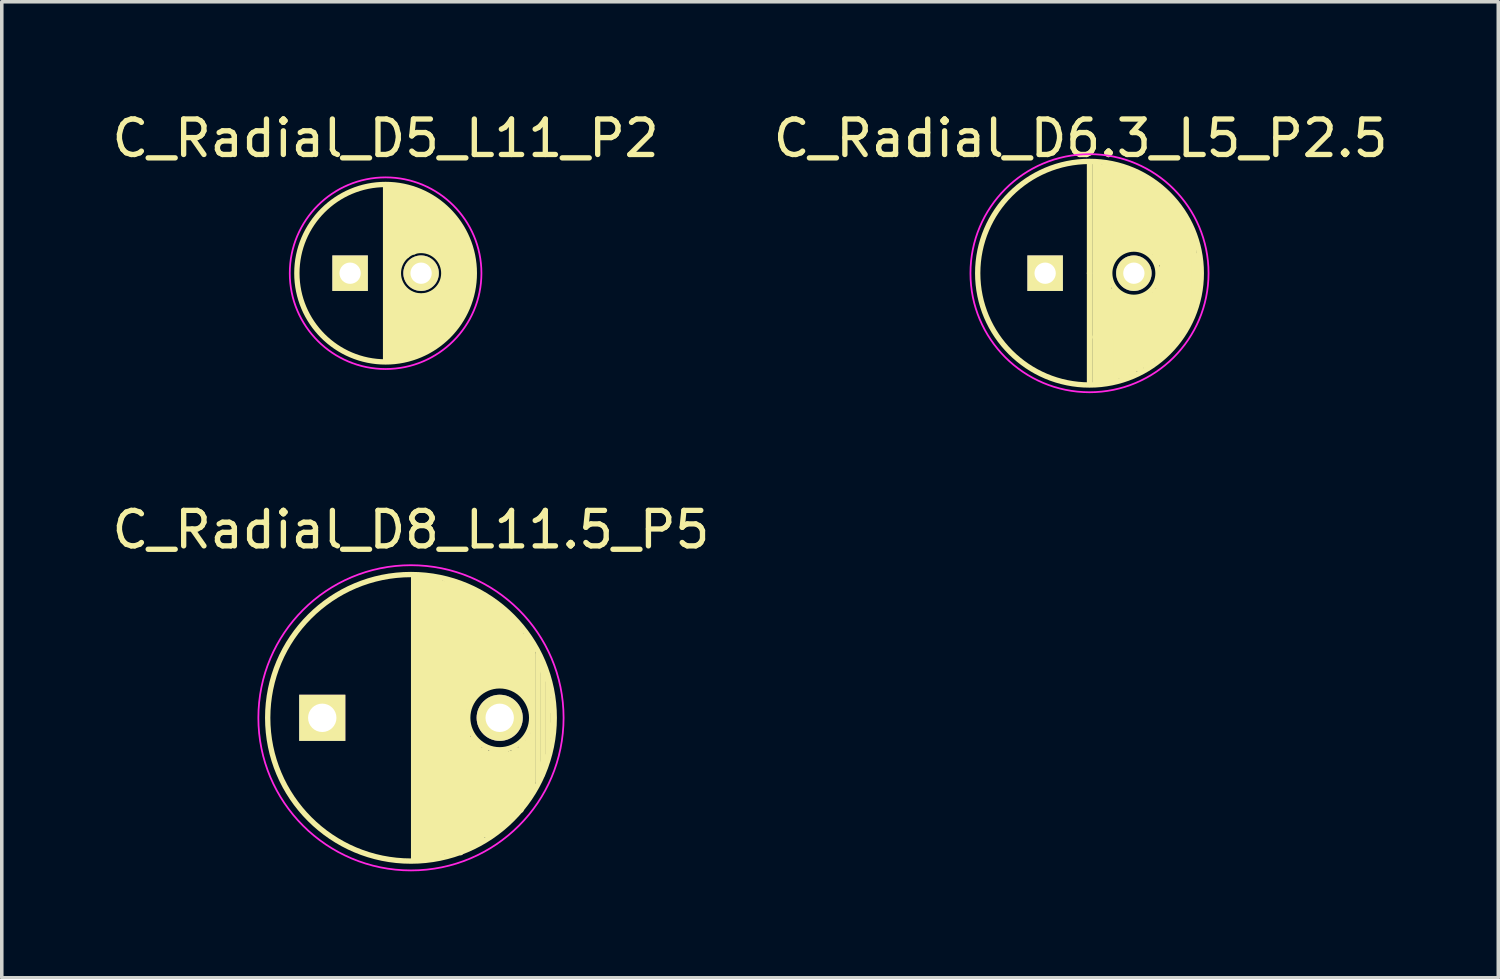
<source format=kicad_pcb>
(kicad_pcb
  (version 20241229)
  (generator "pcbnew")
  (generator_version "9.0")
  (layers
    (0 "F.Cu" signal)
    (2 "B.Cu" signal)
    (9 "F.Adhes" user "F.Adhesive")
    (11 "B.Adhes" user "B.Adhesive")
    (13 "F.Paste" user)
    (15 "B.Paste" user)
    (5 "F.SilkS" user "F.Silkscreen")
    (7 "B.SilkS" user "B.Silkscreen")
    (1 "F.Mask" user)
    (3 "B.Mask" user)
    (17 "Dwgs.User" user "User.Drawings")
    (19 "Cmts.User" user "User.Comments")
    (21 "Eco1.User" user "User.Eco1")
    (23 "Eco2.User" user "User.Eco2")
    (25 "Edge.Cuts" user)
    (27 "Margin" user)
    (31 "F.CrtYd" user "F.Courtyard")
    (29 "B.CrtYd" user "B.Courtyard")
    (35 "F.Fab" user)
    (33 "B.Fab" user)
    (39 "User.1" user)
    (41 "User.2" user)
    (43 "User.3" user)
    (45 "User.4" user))
  (footprint "C_Radial_D5_L11_P2"
    (layer "F.Cu")
    (at 6.815 4.648)
    (property "Reference" "C_Radial_D5_L11_P2" (at 1 -3.8 0) (layer "F.SilkS") (effects (font (size 1 1) (thickness 0.15))))
    (attr through_hole)
    (fp_line (start 1 -2.45) (end 1 2.45) (stroke (width 0.15) (type solid)) (layer "F.SilkS"))
    (fp_line (start 1.1 2.45) (end 1.1 -2.45) (stroke (width 0.15) (type solid)) (layer "F.SilkS"))
    (fp_line (start 1.2 -2.45) (end 1.2 2.45) (stroke (width 0.15) (type solid)) (layer "F.SilkS"))
    (fp_line (start 1.3 2.45) (end 1.3 -2.4) (stroke (width 0.15) (type solid)) (layer "F.SilkS"))
    (fp_line (start 1.35 0.25) (end 1.35 2.45) (stroke (width 0.15) (type solid)) (layer "F.SilkS"))
    (fp_line (start 1.4 -2.4) (end 1.4 -0.35) (stroke (width 0.15) (type solid)) (layer "F.SilkS"))
    (fp_line (start 1.45 2.4) (end 1.45 0.4) (stroke (width 0.15) (type solid)) (layer "F.SilkS"))
    (fp_line (start 1.5 -0.45) (end 1.5 -2.4) (stroke (width 0.15) (type solid)) (layer "F.SilkS"))
    (fp_line (start 1.55 0.5) (end 1.55 2.35) (stroke (width 0.15) (type solid)) (layer "F.SilkS"))
    (fp_line (start 1.6 -2.35) (end 1.6 -0.5) (stroke (width 0.15) (type solid)) (layer "F.SilkS"))
    (fp_line (start 1.65 0.6) (end 1.65 2.35) (stroke (width 0.15) (type solid)) (layer "F.SilkS"))
    (fp_line (start 1.7 -0.6) (end 1.7 -2.35) (stroke (width 0.15) (type solid)) (layer "F.SilkS"))
    (fp_line (start 1.75 0.6) (end 1.75 2.3) (stroke (width 0.15) (type solid)) (layer "F.SilkS"))
    (fp_line (start 1.8 -2.3) (end 1.8 -0.6) (stroke (width 0.15) (type solid)) (layer "F.SilkS"))
    (fp_line (start 1.85 0.65) (end 1.85 2.3) (stroke (width 0.15) (type solid)) (layer "F.SilkS"))
    (fp_line (start 1.9 -0.65) (end 1.9 -2.25) (stroke (width 0.15) (type solid)) (layer "F.SilkS"))
    (fp_line (start 1.95 2.25) (end 1.95 0.65) (stroke (width 0.15) (type solid)) (layer "F.SilkS"))
    (fp_line (start 2 -2.25) (end 2 -0.7) (stroke (width 0.15) (type solid)) (layer "F.SilkS"))
    (fp_line (start 2.05 0.65) (end 2.05 2.2) (stroke (width 0.15) (type solid)) (layer "F.SilkS"))
    (fp_line (start 2.1 -0.65) (end 2.1 -2.15) (stroke (width 0.15) (type solid)) (layer "F.SilkS"))
    (fp_line (start 2.15 2.2) (end 2.15 0.65) (stroke (width 0.15) (type solid)) (layer "F.SilkS"))
    (fp_line (start 2.2 -2.15) (end 2.2 -0.7) (stroke (width 0.15) (type solid)) (layer "F.SilkS"))
    (fp_line (start 2.25 0.6) (end 2.25 2.1) (stroke (width 0.15) (type solid)) (layer "F.SilkS"))
    (fp_line (start 2.3 -0.6) (end 2.3 -2.05) (stroke (width 0.15) (type solid)) (layer "F.SilkS"))
    (fp_line (start 2.3 0.6) (end 2.3 2.1) (stroke (width 0.15) (type solid)) (layer "F.SilkS"))
    (fp_line (start 2.4 -2) (end 2.4 -0.55) (stroke (width 0.15) (type solid)) (layer "F.SilkS"))
    (fp_line (start 2.4 2) (end 2.4 0.55) (stroke (width 0.15) (type solid)) (layer "F.SilkS"))
    (fp_line (start 2.5 -1.95) (end 2.5 -0.5) (stroke (width 0.15) (type solid)) (layer "F.SilkS"))
    (fp_line (start 2.5 0.45) (end 2.5 1.95) (stroke (width 0.15) (type solid)) (layer "F.SilkS"))
    (fp_line (start 2.6 -1.85) (end 2.6 -0.35) (stroke (width 0.15) (type solid)) (layer "F.SilkS"))
    (fp_line (start 2.6 0.35) (end 2.6 1.85) (stroke (width 0.15) (type solid)) (layer "F.SilkS"))
    (fp_line (start 2.7 -1.75) (end 2.7 1.75) (stroke (width 0.15) (type solid)) (layer "F.SilkS"))
    (fp_line (start 2.8 1.7) (end 2.8 -1.7) (stroke (width 0.15) (type solid)) (layer "F.SilkS"))
    (fp_line (start 2.9 -1.55) (end 2.9 1.55) (stroke (width 0.15) (type solid)) (layer "F.SilkS"))
    (fp_line (start 3 1.45) (end 3 -1.4) (stroke (width 0.15) (type solid)) (layer "F.SilkS"))
    (fp_line (start 3.1 -1.25) (end 3.1 1.25) (stroke (width 0.15) (type solid)) (layer "F.SilkS"))
    (fp_line (start 3.2 1.1) (end 3.2 -1.05) (stroke (width 0.15) (type solid)) (layer "F.SilkS"))
    (fp_line (start 3.3 -0.8) (end 3.3 0.85) (stroke (width 0.15) (type solid)) (layer "F.SilkS"))
    (fp_line (start 3.4 0.55) (end 3.4 -0.55) (stroke (width 0.15) (type solid)) (layer "F.SilkS"))
    (fp_circle (center 1 0) (end 1 2.5) (stroke (width 0.15) (type solid)) (fill no) (layer "F.SilkS"))
    (fp_circle (center 2 0) (end 2.4 0.5) (stroke (width 0.15) (type solid)) (fill no) (layer "F.SilkS"))
    (fp_circle (center 1 0) (end 1 2.7) (stroke (width 0.05) (type solid)) (fill no) (layer "F.CrtYd"))
    (pad "1" thru_hole rect (at 0 0) (size 1 1) (drill 0.6) (layers "*.Cu" "*.Mask" "F.SilkS"))
    (pad "2" thru_hole circle (at 2 0) (size 1 1) (drill 0.6) (layers "*.Cu" "*.Mask" "F.SilkS")))
  (footprint "C_Radial_D8_L11.5_P5"
    (layer "F.Cu")
    (at 8.53 17.176)
    (property "Reference" "C_Radial_D8_L11.5_P5" (at 0 -5.3 0) (layer "F.SilkS") (effects (font (size 1 1) (thickness 0.15))))
    (attr through_hole)
    (fp_line (start 0.075 -3.999) (end 0.075 3.999) (stroke (width 0.15) (type solid)) (layer "F.SilkS"))
    (fp_line (start 0.215 -3.994) (end 0.215 3.994) (stroke (width 0.15) (type solid)) (layer "F.SilkS"))
    (fp_line (start 0.355 -3.984) (end 0.355 3.984) (stroke (width 0.15) (type solid)) (layer "F.SilkS"))
    (fp_line (start 0.495 -3.969) (end 0.495 3.969) (stroke (width 0.15) (type solid)) (layer "F.SilkS"))
    (fp_line (start 0.635 -3.949) (end 0.635 3.949) (stroke (width 0.15) (type solid)) (layer "F.SilkS"))
    (fp_line (start 0.7 -3.9) (end 0.7 3.9) (stroke (width 0.15) (type solid)) (layer "F.SilkS"))
    (fp_line (start 0.8 3.9) (end 0.8 -3.9) (stroke (width 0.15) (type solid)) (layer "F.SilkS"))
    (fp_line (start 0.9 -3.8) (end 0.9 3.8) (stroke (width 0.15) (type solid)) (layer "F.SilkS"))
    (fp_line (start 1 -3.8) (end 1 3.8) (stroke (width 0.15) (type solid)) (layer "F.SilkS"))
    (fp_line (start 1.1 3.8) (end 1.1 -3.8) (stroke (width 0.15) (type solid)) (layer "F.SilkS"))
    (fp_line (start 1.2 -3.7) (end 1.2 -3.8) (stroke (width 0.15) (type solid)) (layer "F.SilkS"))
    (fp_line (start 1.2 -3.7) (end 1.2 3.7) (stroke (width 0.15) (type solid)) (layer "F.SilkS"))
    (fp_line (start 1.2 3.8) (end 1.2 3.7) (stroke (width 0.15) (type solid)) (layer "F.SilkS"))
    (fp_line (start 1.3 -3.8) (end 1.3 3.8) (stroke (width 0.15) (type solid)) (layer "F.SilkS"))
    (fp_line (start 1.4 3.8) (end 1.4 -3.7) (stroke (width 0.15) (type solid)) (layer "F.SilkS"))
    (fp_line (start 1.5 -3.7) (end 1.5 3.7) (stroke (width 0.15) (type solid)) (layer "F.SilkS"))
    (fp_line (start 1.6 -0.4) (end 1.6 -3.6) (stroke (width 0.15) (type solid)) (layer "F.SilkS"))
    (fp_line (start 1.6 -0.4) (end 1.6 -0.3) (stroke (width 0.15) (type solid)) (layer "F.SilkS"))
    (fp_line (start 1.6 0.3) (end 1.6 3.6) (stroke (width 0.15) (type solid)) (layer "F.SilkS"))
    (fp_line (start 1.7 -3.6) (end 1.7 -0.5) (stroke (width 0.15) (type solid)) (layer "F.SilkS"))
    (fp_line (start 1.7 3.6) (end 1.7 0.6) (stroke (width 0.15) (type solid)) (layer "F.SilkS"))
    (fp_line (start 1.8 -0.7) (end 1.8 -3.5) (stroke (width 0.15) (type solid)) (layer "F.SilkS"))
    (fp_line (start 1.8 0.7) (end 1.8 3.5) (stroke (width 0.15) (type solid)) (layer "F.SilkS"))
    (fp_line (start 1.9 -3.5) (end 1.9 -0.8) (stroke (width 0.15) (type solid)) (layer "F.SilkS"))
    (fp_line (start 1.9 3.5) (end 1.9 0.8) (stroke (width 0.15) (type solid)) (layer "F.SilkS"))
    (fp_line (start 2 -0.8) (end 2 -3.4) (stroke (width 0.15) (type solid)) (layer "F.SilkS"))
    (fp_line (start 2 0.9) (end 2 3.4) (stroke (width 0.15) (type solid)) (layer "F.SilkS"))
    (fp_line (start 2.1 -3.4) (end 2.1 -0.9) (stroke (width 0.15) (type solid)) (layer "F.SilkS"))
    (fp_line (start 2.1 3.3) (end 2.1 0.9) (stroke (width 0.15) (type solid)) (layer "F.SilkS"))
    (fp_line (start 2.2 -0.9) (end 2.2 -3.3) (stroke (width 0.15) (type solid)) (layer "F.SilkS"))
    (fp_line (start 2.2 1) (end 2.2 3.3) (stroke (width 0.15) (type solid)) (layer "F.SilkS"))
    (fp_line (start 2.3 -3.3) (end 2.3 -0.9) (stroke (width 0.15) (type solid)) (layer "F.SilkS"))
    (fp_line (start 2.3 0.9) (end 2.3 3.3) (stroke (width 0.15) (type solid)) (layer "F.SilkS"))
    (fp_line (start 2.4 -3.2) (end 2.4 -1) (stroke (width 0.15) (type solid)) (layer "F.SilkS"))
    (fp_line (start 2.4 3.2) (end 2.4 1) (stroke (width 0.15) (type solid)) (layer "F.SilkS"))
    (fp_line (start 2.5 -1) (end 2.5 -3.1) (stroke (width 0.15) (type solid)) (layer "F.SilkS"))
    (fp_line (start 2.5 1) (end 2.5 3.1) (stroke (width 0.15) (type solid)) (layer "F.SilkS"))
    (fp_line (start 2.6 -3) (end 2.6 -1) (stroke (width 0.15) (type solid)) (layer "F.SilkS"))
    (fp_line (start 2.6 1) (end 2.6 3) (stroke (width 0.15) (type solid)) (layer "F.SilkS"))
    (fp_line (start 2.7 -0.9) (end 2.7 -2.9) (stroke (width 0.15) (type solid)) (layer "F.SilkS"))
    (fp_line (start 2.7 2.9) (end 2.7 1) (stroke (width 0.15) (type solid)) (layer "F.SilkS"))
    (fp_line (start 2.8 -2.8) (end 2.8 -0.9) (stroke (width 0.15) (type solid)) (layer "F.SilkS"))
    (fp_line (start 2.8 1) (end 2.8 2.8) (stroke (width 0.15) (type solid)) (layer "F.SilkS"))
    (fp_line (start 2.9 -0.9) (end 2.9 -2.7) (stroke (width 0.15) (type solid)) (layer "F.SilkS"))
    (fp_line (start 2.9 2.7) (end 2.9 0.9) (stroke (width 0.15) (type solid)) (layer "F.SilkS"))
    (fp_line (start 3 -2.5) (end 3 -2.6) (stroke (width 0.15) (type solid)) (layer "F.SilkS"))
    (fp_line (start 3 -2.5) (end 3 -0.8) (stroke (width 0.15) (type solid)) (layer "F.SilkS"))
    (fp_line (start 3 0.9) (end 3 2.6) (stroke (width 0.15) (type solid)) (layer "F.SilkS"))
    (fp_line (start 3.1 -2.5) (end 3.1 -2.4) (stroke (width 0.15) (type solid)) (layer "F.SilkS"))
    (fp_line (start 3.1 -0.8) (end 3.1 -2.4) (stroke (width 0.15) (type solid)) (layer "F.SilkS"))
    (fp_line (start 3.1 2.4) (end 3.1 0.8) (stroke (width 0.15) (type solid)) (layer "F.SilkS"))
    (fp_line (start 3.1 2.6) (end 3.1 2.4) (stroke (width 0.15) (type solid)) (layer "F.SilkS"))
    (fp_line (start 3.2 -2.3) (end 3.2 -0.7) (stroke (width 0.15) (type solid)) (layer "F.SilkS"))
    (fp_line (start 3.2 0.7) (end 3.2 2.4) (stroke (width 0.15) (type solid)) (layer "F.SilkS"))
    (fp_line (start 3.3 -0.5) (end 3.3 -2.2) (stroke (width 0.15) (type solid)) (layer "F.SilkS"))
    (fp_line (start 3.3 2.3) (end 3.3 0.5) (stroke (width 0.15) (type solid)) (layer "F.SilkS"))
    (fp_line (start 3.4 -2.1) (end 3.4 -0.4) (stroke (width 0.15) (type solid)) (layer "F.SilkS"))
    (fp_line (start 3.4 0.5) (end 3.4 2.1) (stroke (width 0.15) (type solid)) (layer "F.SilkS"))
    (fp_line (start 3.435 -2.05) (end 3.435 2.05) (stroke (width 0.15) (type solid)) (layer "F.SilkS"))
    (fp_line (start 3.575 -1.794) (end 3.575 1.794) (stroke (width 0.15) (type solid)) (layer "F.SilkS"))
    (fp_line (start 3.6 1.5) (end 3.8 1.1) (stroke (width 0.15) (type solid)) (layer "F.SilkS"))
    (fp_line (start 3.7 1.6) (end 3.6 1.5) (stroke (width 0.15) (type solid)) (layer "F.SilkS"))
    (fp_line (start 3.715 -1.483) (end 3.715 1.483) (stroke (width 0.15) (type solid)) (layer "F.SilkS"))
    (fp_line (start 3.8 -1.2) (end 3.8 -1.1) (stroke (width 0.15) (type solid)) (layer "F.SilkS"))
    (fp_line (start 3.8 -1.1) (end 3.6 -1.6) (stroke (width 0.15) (type solid)) (layer "F.SilkS"))
    (fp_line (start 3.855 -1.067) (end 3.855 1.067) (stroke (width 0.15) (type solid)) (layer "F.SilkS"))
    (fp_line (start 3.9 -0.5) (end 3.9 -0.2) (stroke (width 0.15) (type solid)) (layer "F.SilkS"))
    (fp_line (start 3.9 0.2) (end 3.9 0.5) (stroke (width 0.15) (type solid)) (layer "F.SilkS"))
    (fp_line (start 3.995 -0.2) (end 3.995 0.2) (stroke (width 0.15) (type solid)) (layer "F.SilkS"))
    (fp_circle (center 0 0) (end 0 -4.037) (stroke (width 0.15) (type solid)) (fill no) (layer "F.SilkS"))
    (fp_circle (center 2.5 0) (end 3 0.75) (stroke (width 0.15) (type solid)) (fill no) (layer "F.SilkS"))
    (fp_circle (center 0 0) (end 0 -4.3) (stroke (width 0.05) (type solid)) (fill no) (layer "F.CrtYd"))
    (pad "1" thru_hole rect (at -2.5 0) (size 1.3 1.3) (drill 0.8) (layers "*.Cu" "*.Mask" "F.SilkS"))
    (pad "2" thru_hole circle (at 2.5 0) (size 1.3 1.3) (drill 0.8) (layers "*.Cu" "*.Mask" "F.SilkS")))
  (footprint "C_Radial_D6.3_L5_P2.5"
    (layer "F.Cu")
    (at 26.399 4.648)
    (property "Reference" "C_Radial_D6.3_L5_P2.5" (at 1 -3.8 0) (layer "F.SilkS") (effects (font (size 1 1) (thickness 0.15))))
    (attr through_hole)
    (fp_line (start 1.25 0) (end 1.25 -3.1) (stroke (width 0.15) (type solid)) (layer "F.SilkS"))
    (fp_line (start 1.25 0) (end 1.25 3.1) (stroke (width 0.15) (type solid)) (layer "F.SilkS"))
    (fp_line (start 1.4 1.8) (end 1.4 -3.1) (stroke (width 0.15) (type solid)) (layer "F.SilkS"))
    (fp_line (start 1.4 3.1) (end 1.4 1.8) (stroke (width 0.15) (type solid)) (layer "F.SilkS"))
    (fp_line (start 1.5 -3.1) (end 1.5 3.1) (stroke (width 0.15) (type solid)) (layer "F.SilkS"))
    (fp_line (start 1.6 3) (end 1.6 -3) (stroke (width 0.15) (type solid)) (layer "F.SilkS"))
    (fp_line (start 1.7 -3.1) (end 1.7 3.1) (stroke (width 0.15) (type solid)) (layer "F.SilkS"))
    (fp_line (start 1.8 -3) (end 1.8 -0.2) (stroke (width 0.15) (type solid)) (layer "F.SilkS"))
    (fp_line (start 1.8 0.2) (end 1.8 3) (stroke (width 0.15) (type solid)) (layer "F.SilkS"))
    (fp_line (start 1.9 -3) (end 1.8 -3) (stroke (width 0.15) (type solid)) (layer "F.SilkS"))
    (fp_line (start 1.9 -0.4) (end 1.9 -3) (stroke (width 0.15) (type solid)) (layer "F.SilkS"))
    (fp_line (start 1.9 3) (end 1.9 0.5) (stroke (width 0.15) (type solid)) (layer "F.SilkS"))
    (fp_line (start 2 -3) (end 2 -0.6) (stroke (width 0.15) (type solid)) (layer "F.SilkS"))
    (fp_line (start 2 -0.6) (end 1.9 -0.4) (stroke (width 0.15) (type solid)) (layer "F.SilkS"))
    (fp_line (start 2 0.5) (end 2 3) (stroke (width 0.15) (type solid)) (layer "F.SilkS"))
    (fp_line (start 2.1 -2.9) (end 2 -3) (stroke (width 0.15) (type solid)) (layer "F.SilkS"))
    (fp_line (start 2.1 -0.6) (end 2.1 -2.9) (stroke (width 0.15) (type solid)) (layer "F.SilkS"))
    (fp_line (start 2.1 2.9) (end 2.1 0.6) (stroke (width 0.15) (type solid)) (layer "F.SilkS"))
    (fp_line (start 2.2 -2.9) (end 2.2 -0.7) (stroke (width 0.15) (type solid)) (layer "F.SilkS"))
    (fp_line (start 2.2 -0.7) (end 2.1 -0.6) (stroke (width 0.15) (type solid)) (layer "F.SilkS"))
    (fp_line (start 2.2 0.7) (end 2.2 2.9) (stroke (width 0.15) (type solid)) (layer "F.SilkS"))
    (fp_line (start 2.3 -2.9) (end 2.4 -2.8) (stroke (width 0.15) (type solid)) (layer "F.SilkS"))
    (fp_line (start 2.3 -2.8) (end 2.2 -2.9) (stroke (width 0.15) (type solid)) (layer "F.SilkS"))
    (fp_line (start 2.3 -0.7) (end 2.3 -2.8) (stroke (width 0.15) (type solid)) (layer "F.SilkS"))
    (fp_line (start 2.3 2.9) (end 2.3 0.7) (stroke (width 0.15) (type solid)) (layer "F.SilkS"))
    (fp_line (start 2.4 -2.8) (end 2.4 -0.7) (stroke (width 0.15) (type solid)) (layer "F.SilkS"))
    (fp_line (start 2.4 -0.7) (end 2.3 -0.7) (stroke (width 0.15) (type solid)) (layer "F.SilkS"))
    (fp_line (start 2.4 0.7) (end 2.4 2.8) (stroke (width 0.15) (type solid)) (layer "F.SilkS"))
    (fp_line (start 2.5 -2.8) (end 2.3 -2.9) (stroke (width 0.15) (type solid)) (layer "F.SilkS"))
    (fp_line (start 2.5 -0.8) (end 2.5 -2.8) (stroke (width 0.15) (type solid)) (layer "F.SilkS"))
    (fp_line (start 2.5 2.8) (end 2.5 0.8) (stroke (width 0.15) (type solid)) (layer "F.SilkS"))
    (fp_line (start 2.6 -2.8) (end 2.6 -0.7) (stroke (width 0.15) (type solid)) (layer "F.SilkS"))
    (fp_line (start 2.6 -0.7) (end 2.5 -0.8) (stroke (width 0.15) (type solid)) (layer "F.SilkS"))
    (fp_line (start 2.6 0.7) (end 2.6 2.7) (stroke (width 0.15) (type solid)) (layer "F.SilkS"))
    (fp_line (start 2.7 -2.7) (end 2.6 -2.8) (stroke (width 0.15) (type solid)) (layer "F.SilkS"))
    (fp_line (start 2.7 -0.7) (end 2.7 -2.7) (stroke (width 0.15) (type solid)) (layer "F.SilkS"))
    (fp_line (start 2.7 2.7) (end 2.7 0.7) (stroke (width 0.15) (type solid)) (layer "F.SilkS"))
    (fp_line (start 2.8 -2.7) (end 2.8 -0.7) (stroke (width 0.15) (type solid)) (layer "F.SilkS"))
    (fp_line (start 2.8 -0.7) (end 2.7 -0.7) (stroke (width 0.15) (type solid)) (layer "F.SilkS"))
    (fp_line (start 2.8 0.7) (end 2.8 2.6) (stroke (width 0.15) (type solid)) (layer "F.SilkS"))
    (fp_line (start 2.9 -2.6) (end 2.8 -2.7) (stroke (width 0.15) (type solid)) (layer "F.SilkS"))
    (fp_line (start 2.9 -2.5) (end 3.1 -2.5) (stroke (width 0.15) (type solid)) (layer "F.SilkS"))
    (fp_line (start 2.9 -0.6) (end 2.9 -2.6) (stroke (width 0.15) (type solid)) (layer "F.SilkS"))
    (fp_line (start 2.9 2.6) (end 2.9 0.6) (stroke (width 0.15) (type solid)) (layer "F.SilkS"))
    (fp_line (start 3 -2.5) (end 3 -0.6) (stroke (width 0.15) (type solid)) (layer "F.SilkS"))
    (fp_line (start 3 0.6) (end 3 2.5) (stroke (width 0.15) (type solid)) (layer "F.SilkS"))
    (fp_line (start 3.1 -0.4) (end 3.1 -2.4) (stroke (width 0.15) (type solid)) (layer "F.SilkS"))
    (fp_line (start 3.1 2.4) (end 3.1 0.5) (stroke (width 0.15) (type solid)) (layer "F.SilkS"))
    (fp_line (start 3.2 -2.4) (end 3.2 -0.3) (stroke (width 0.15) (type solid)) (layer "F.SilkS"))
    (fp_line (start 3.2 0.2) (end 3.2 0.4) (stroke (width 0.15) (type solid)) (layer "F.SilkS"))
    (fp_line (start 3.2 0.4) (end 3.2 2.4) (stroke (width 0.15) (type solid)) (layer "F.SilkS"))
    (fp_line (start 3.3 -2.3) (end 3.4 -2.2) (stroke (width 0.15) (type solid)) (layer "F.SilkS"))
    (fp_line (start 3.3 0) (end 3.3 -2.3) (stroke (width 0.15) (type solid)) (layer "F.SilkS"))
    (fp_line (start 3.3 2.3) (end 3.3 0) (stroke (width 0.15) (type solid)) (layer "F.SilkS"))
    (fp_line (start 3.4 -2.1) (end 3.4 2.2) (stroke (width 0.15) (type solid)) (layer "F.SilkS"))
    (fp_line (start 3.4 2.2) (end 3.5 2.1) (stroke (width 0.15) (type solid)) (layer "F.SilkS"))
    (fp_line (start 3.5 -2.1) (end 3.6 -1.9) (stroke (width 0.15) (type solid)) (layer "F.SilkS"))
    (fp_line (start 3.5 2.1) (end 3.5 -2.1) (stroke (width 0.15) (type solid)) (layer "F.SilkS"))
    (fp_line (start 3.6 -1.9) (end 3.6 2) (stroke (width 0.15) (type solid)) (layer "F.SilkS"))
    (fp_line (start 3.6 2) (end 3.7 1.8) (stroke (width 0.15) (type solid)) (layer "F.SilkS"))
    (fp_line (start 3.7 -1.9) (end 3.8 -1.7) (stroke (width 0.15) (type solid)) (layer "F.SilkS"))
    (fp_line (start 3.7 1.8) (end 3.7 -1.9) (stroke (width 0.15) (type solid)) (layer "F.SilkS"))
    (fp_line (start 3.8 -1.7) (end 3.8 1.7) (stroke (width 0.15) (type solid)) (layer "F.SilkS"))
    (fp_line (start 3.8 -1.7) (end 3.9 -1.5) (stroke (width 0.15) (type solid)) (layer "F.SilkS"))
    (fp_line (start 3.8 1.7) (end 3.9 1.5) (stroke (width 0.15) (type solid)) (layer "F.SilkS"))
    (fp_line (start 3.9 -1.5) (end 4 -1.3) (stroke (width 0.15) (type solid)) (layer "F.SilkS"))
    (fp_line (start 3.9 1.5) (end 3.9 -1.5) (stroke (width 0.15) (type solid)) (layer "F.SilkS"))
    (fp_line (start 4 -1.3) (end 4 1.4) (stroke (width 0.15) (type solid)) (layer "F.SilkS"))
    (fp_line (start 4 1.4) (end 4.1 1.1) (stroke (width 0.15) (type solid)) (layer "F.SilkS"))
    (fp_line (start 4.1 -1.2) (end 4.2 -0.7) (stroke (width 0.15) (type solid)) (layer "F.SilkS"))
    (fp_line (start 4.1 1.1) (end 4.1 -1.2) (stroke (width 0.15) (type solid)) (layer "F.SilkS"))
    (fp_line (start 4.2 -0.7) (end 4.2 0.9) (stroke (width 0.15) (type solid)) (layer "F.SilkS"))
    (fp_line (start 4.2 0.9) (end 4.3 0.3) (stroke (width 0.15) (type solid)) (layer "F.SilkS"))
    (fp_line (start 4.3 0.3) (end 4.3 -0.5) (stroke (width 0.15) (type solid)) (layer "F.SilkS"))
    (fp_circle (center 1.25 0) (end 1.25 3.15) (stroke (width 0.15) (type solid)) (fill no) (layer "F.SilkS"))
    (fp_circle (center 2.5 0) (end 2.9 0.55) (stroke (width 0.15) (type solid)) (fill no) (layer "F.SilkS"))
    (fp_circle (center 1.25 0) (end 1.85 3.3) (stroke (width 0.05) (type solid)) (fill no) (layer "F.CrtYd"))
    (pad "1" thru_hole rect (at 0 0) (size 1 1) (drill 0.6) (layers "*.Cu" "*.Mask" "F.SilkS"))
    (pad "2" thru_hole circle (at 2.5 0) (size 1 1) (drill 0.6) (layers "*.Cu" "*.Mask" "F.SilkS")))
  (gr_rect
    (start -3 -3)
    (end 39.167 24.501)
    (stroke (width 0.1) (type default))
    (fill no)
    (layer "Edge.Cuts")))
</source>
